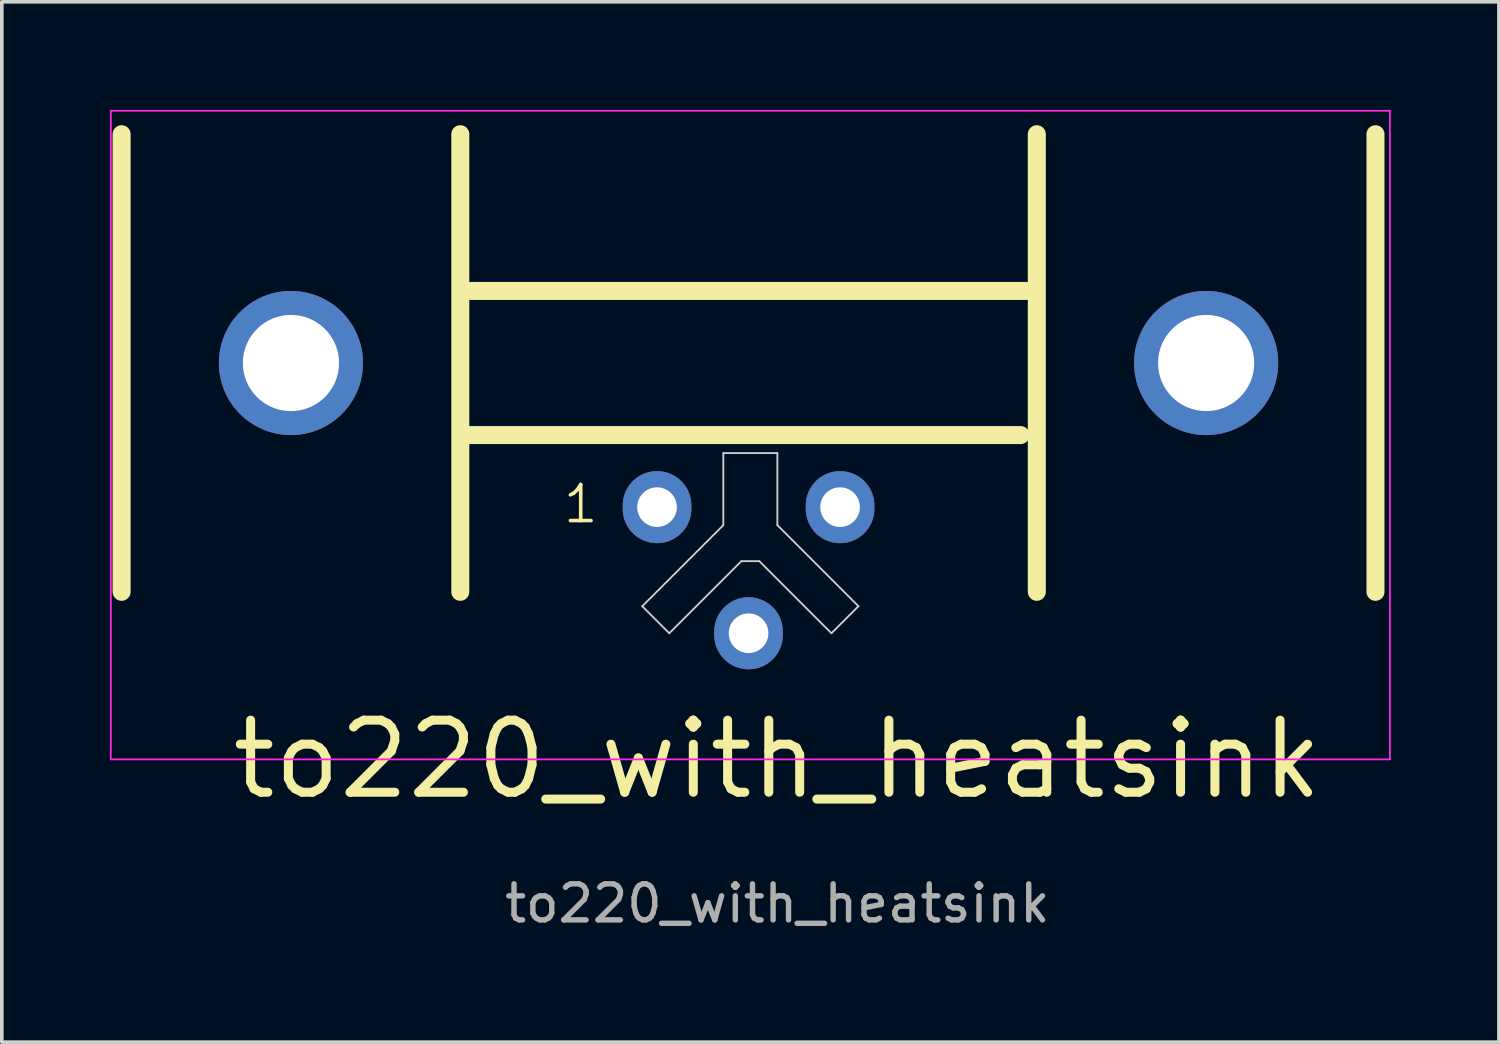
<source format=kicad_pcb>
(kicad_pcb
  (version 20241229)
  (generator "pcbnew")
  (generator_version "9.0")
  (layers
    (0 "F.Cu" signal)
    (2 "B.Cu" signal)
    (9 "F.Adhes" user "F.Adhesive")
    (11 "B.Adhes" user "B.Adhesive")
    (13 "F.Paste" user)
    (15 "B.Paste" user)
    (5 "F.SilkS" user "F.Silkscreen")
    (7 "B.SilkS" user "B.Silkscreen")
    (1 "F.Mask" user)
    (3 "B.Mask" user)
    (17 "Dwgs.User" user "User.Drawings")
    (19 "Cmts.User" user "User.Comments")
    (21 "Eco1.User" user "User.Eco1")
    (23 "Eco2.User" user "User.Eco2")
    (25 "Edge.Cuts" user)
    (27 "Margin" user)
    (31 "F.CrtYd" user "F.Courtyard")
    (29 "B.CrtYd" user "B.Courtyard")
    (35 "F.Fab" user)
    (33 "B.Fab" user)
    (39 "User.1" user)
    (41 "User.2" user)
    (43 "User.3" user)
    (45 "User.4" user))
  (footprint "to220_with_heatsink"
    (layer "F.Cu")
    (at 5.025 7.025)
    (property "Reference" "to220_with_heatsink" (at 13.5 11 0) (unlocked yes) (layer "F.SilkS") (effects (font (size 2 2) (thickness 0.25) (bold yes))))
    (attr through_hole)
    (fp_line (start -4.7 -6.35) (end -4.7 6.35) (stroke (width 0.5) (type default)) (layer "F.SilkS"))
    (fp_line (start 4.7 -6.35) (end 4.7 6.35) (stroke (width 0.5) (type default)) (layer "F.SilkS"))
    (fp_line (start 4.75 2) (end 20.25 2) (stroke (width 0.5) (type default)) (layer "F.SilkS"))
    (fp_line (start 5 -2) (end 20.5 -2) (stroke (width 0.5) (type default)) (layer "F.SilkS"))
    (fp_line (start 20.7 -6.35) (end 20.7 6.35) (stroke (width 0.5) (type default)) (layer "F.SilkS"))
    (fp_line (start 30.1 -6.35) (end 30.1 6.35) (stroke (width 0.5) (type default)) (layer "F.SilkS"))
    (fp_line (start 9.75 6.75) (end 12 4.5) (stroke (width 0.05) (type default)) (layer "Edge.Cuts"))
    (fp_line (start 10.5 7.5) (end 9.75 6.75) (stroke (width 0.05) (type default)) (layer "Edge.Cuts"))
    (fp_line (start 12 2.5) (end 12 4.5) (stroke (width 0.05) (type default)) (layer "Edge.Cuts"))
    (fp_line (start 12 2.5) (end 13.5 2.5) (stroke (width 0.05) (type default)) (layer "Edge.Cuts"))
    (fp_line (start 12.5 5.5) (end 10.5 7.5) (stroke (width 0.05) (type default)) (layer "Edge.Cuts"))
    (fp_line (start 13 5.5) (end 12.5 5.5) (stroke (width 0.05) (type default)) (layer "Edge.Cuts"))
    (fp_line (start 13.5 2.5) (end 13.5 4.5) (stroke (width 0.05) (type default)) (layer "Edge.Cuts"))
    (fp_line (start 13.5 4.5) (end 15.75 6.75) (stroke (width 0.05) (type default)) (layer "Edge.Cuts"))
    (fp_line (start 15 7.5) (end 13 5.5) (stroke (width 0.05) (type default)) (layer "Edge.Cuts"))
    (fp_line (start 15.75 6.75) (end 15 7.5) (stroke (width 0.05) (type default)) (layer "Edge.Cuts"))
    (fp_line (start -5 11) (end -5 -7) (stroke (width 0.05) (type default)) (layer "F.CrtYd"))
    (fp_line (start 30.5 -7) (end -5 -7) (stroke (width 0.05) (type default)) (layer "F.CrtYd"))
    (fp_line (start 30.5 11) (end -5 11) (stroke (width 0.05) (type default)) (layer "F.CrtYd"))
    (fp_line (start 30.5 11) (end 30.5 -7) (stroke (width 0.05) (type default)) (layer "F.CrtYd"))
    (fp_text user "1" (at 7.5 4.5 0) (unlocked yes) (layer "F.SilkS") (effects (font (size 1 1) (thickness 0.1)) (justify left bottom)))
    (fp_text user "${REFERENCE}" (at 13.5 15 0) (unlocked yes) (layer "F.Fab") (effects (font (size 1 1) (thickness 0.15))))
    (pad "" thru_hole circle (at 0 0) (size 4 4) (drill 2.67) (layers "*.Cu" "*.Mask"))
    (pad "" thru_hole circle (at 25.4 0) (size 4 4) (drill 2.67) (layers "*.Cu" "*.Mask"))
    (pad "1" thru_hole oval (at 10.16 4) (size 1.905 2) (drill 1.1) (layers "*.Cu" "*.Mask"))
    (pad "2" thru_hole oval (at 12.7 7.5) (size 1.905 2) (drill 1.1) (layers "*.Cu" "*.Mask"))
    (pad "3" thru_hole oval (at 15.24 4) (size 1.905 2) (drill 1.1) (layers "*.Cu" "*.Mask")))
  (gr_rect
    (start -3 -3)
    (end 38.55 25.873)
    (stroke (width 0.1) (type default))
    (fill no)
    (layer "Edge.Cuts")))
</source>
